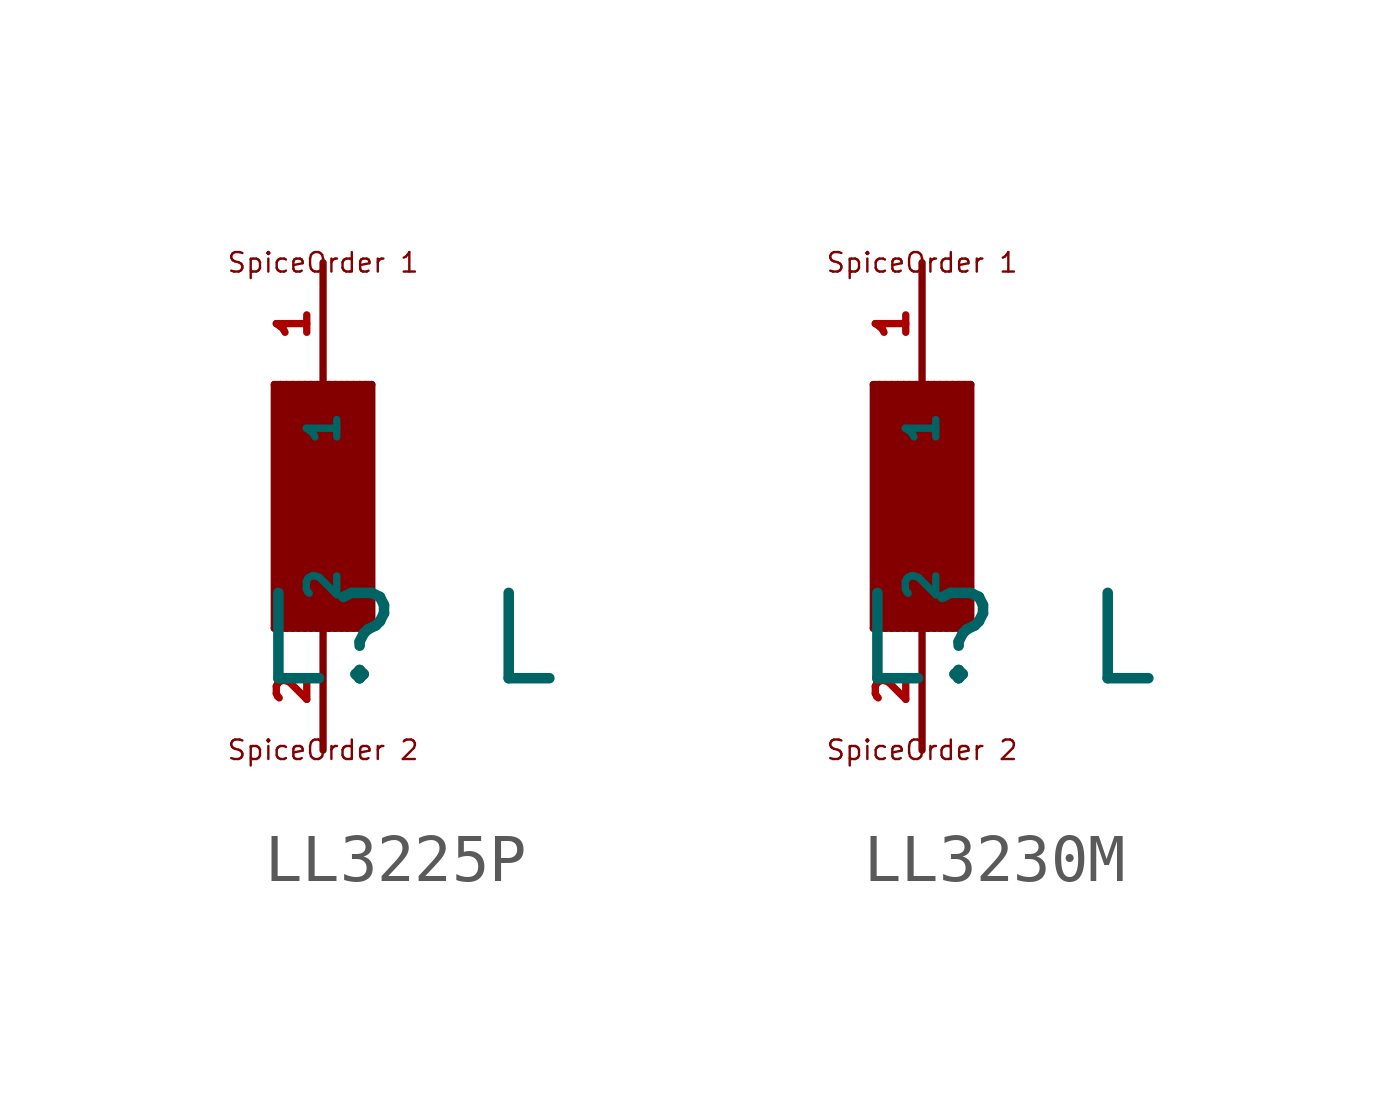
<source format=kicad_sym>
(kicad_symbol_lib
  (version 20220914)
  (generator Eagle2Kicad)
  (symbol "LL3225P"
    (property "Reference" "L"
      (at -1.499 -3.81 0)
      (effects (font (size 1.778 1.778) (thickness 0.22)) (justify left bottom)))
    (property "Value" "L"
      (at 3.302 -3.81 0)
      (effects (font (size 1.778 1.778) (thickness 0.22)) (justify left bottom)))
    (polyline
      (pts (xy -1.016 2.54) (xy -0.889 2.54))
      (stroke (width 0.152) (type default))
      (fill (type none)))
    (polyline
      (pts (xy -0.889 2.54) (xy -0.762 2.54))
      (stroke (width 0.152) (type default))
      (fill (type none)))
    (polyline
      (pts (xy -0.762 2.54) (xy -0.635 2.54))
      (stroke (width 0.152) (type default))
      (fill (type none)))
    (polyline
      (pts (xy -0.635 2.54) (xy -0.508 2.54))
      (stroke (width 0.152) (type default))
      (fill (type none)))
    (polyline
      (pts (xy -0.508 2.54) (xy -0.381 2.54))
      (stroke (width 0.152) (type default))
      (fill (type none)))
    (polyline
      (pts (xy -0.381 2.54) (xy -0.254 2.54))
      (stroke (width 0.152) (type default))
      (fill (type none)))
    (polyline
      (pts (xy -0.254 2.54) (xy -0.127 2.54))
      (stroke (width 0.152) (type default))
      (fill (type none)))
    (polyline
      (pts (xy -0.127 2.54) (xy 0 2.54))
      (stroke (width 0.152) (type default))
      (fill (type none)))
    (polyline
      (pts (xy 0 2.54) (xy 0.127 2.54))
      (stroke (width 0.152) (type default))
      (fill (type none)))
    (polyline
      (pts (xy 0.127 2.54) (xy 0.254 2.54))
      (stroke (width 0.152) (type default))
      (fill (type none)))
    (polyline
      (pts (xy 0.254 2.54) (xy 0.381 2.54))
      (stroke (width 0.152) (type default))
      (fill (type none)))
    (polyline
      (pts (xy 0.381 2.54) (xy 0.508 2.54))
      (stroke (width 0.152) (type default))
      (fill (type none)))
    (polyline
      (pts (xy 0.508 2.54) (xy 0.635 2.54))
      (stroke (width 0.152) (type default))
      (fill (type none)))
    (polyline
      (pts (xy 0.635 2.54) (xy 0.762 2.54))
      (stroke (width 0.152) (type default))
      (fill (type none)))
    (polyline
      (pts (xy 0.762 2.54) (xy 0.889 2.54))
      (stroke (width 0.152) (type default))
      (fill (type none)))
    (polyline
      (pts (xy 0.889 2.54) (xy 1.016 2.54))
      (stroke (width 0.152) (type default))
      (fill (type none)))
    (polyline
      (pts (xy 1.016 2.54) (xy 1.016 -2.54))
      (stroke (width 0.152) (type default))
      (fill (type none)))
    (polyline
      (pts (xy 1.016 -2.54) (xy 0.889 -2.54))
      (stroke (width 0.152) (type default))
      (fill (type none)))
    (polyline
      (pts (xy 0.889 -2.54) (xy 0.762 -2.54))
      (stroke (width 0.152) (type default))
      (fill (type none)))
    (polyline
      (pts (xy 0.762 -2.54) (xy 0.635 -2.54))
      (stroke (width 0.152) (type default))
      (fill (type none)))
    (polyline
      (pts (xy 0.635 -2.54) (xy 0.508 -2.54))
      (stroke (width 0.152) (type default))
      (fill (type none)))
    (polyline
      (pts (xy 0.508 -2.54) (xy 0.381 -2.54))
      (stroke (width 0.152) (type default))
      (fill (type none)))
    (polyline
      (pts (xy 0.381 -2.54) (xy 0.254 -2.54))
      (stroke (width 0.152) (type default))
      (fill (type none)))
    (polyline
      (pts (xy 0.254 -2.54) (xy 0.127 -2.54))
      (stroke (width 0.152) (type default))
      (fill (type none)))
    (polyline
      (pts (xy 0.127 -2.54) (xy 0 -2.54))
      (stroke (width 0.152) (type default))
      (fill (type none)))
    (polyline
      (pts (xy 0 -2.54) (xy -0.127 -2.54))
      (stroke (width 0.152) (type default))
      (fill (type none)))
    (polyline
      (pts (xy -0.127 -2.54) (xy -0.254 -2.54))
      (stroke (width 0.152) (type default))
      (fill (type none)))
    (polyline
      (pts (xy -0.254 -2.54) (xy -0.381 -2.54))
      (stroke (width 0.152) (type default))
      (fill (type none)))
    (polyline
      (pts (xy -0.381 -2.54) (xy -0.508 -2.54))
      (stroke (width 0.152) (type default))
      (fill (type none)))
    (polyline
      (pts (xy -0.508 -2.54) (xy -0.635 -2.54))
      (stroke (width 0.152) (type default))
      (fill (type none)))
    (polyline
      (pts (xy -0.635 -2.54) (xy -0.762 -2.54))
      (stroke (width 0.152) (type default))
      (fill (type none)))
    (polyline
      (pts (xy -0.762 -2.54) (xy -0.889 -2.54))
      (stroke (width 0.152) (type default))
      (fill (type none)))
    (polyline
      (pts (xy -0.889 -2.54) (xy -1.016 -2.54))
      (stroke (width 0.152) (type default))
      (fill (type none)))
    (polyline
      (pts (xy 0.889 2.54) (xy 0.889 -2.54))
      (stroke (width 0.152) (type default))
      (fill (type none)))
    (polyline
      (pts (xy 0.762 2.54) (xy 0.762 -2.54))
      (stroke (width 0.152) (type default))
      (fill (type none)))
    (polyline
      (pts (xy 0.635 2.54) (xy 0.635 -2.54))
      (stroke (width 0.152) (type default))
      (fill (type none)))
    (polyline
      (pts (xy 0.508 2.54) (xy 0.508 -2.54))
      (stroke (width 0.152) (type default))
      (fill (type none)))
    (polyline
      (pts (xy 0.381 2.54) (xy 0.381 -2.54))
      (stroke (width 0.152) (type default))
      (fill (type none)))
    (polyline
      (pts (xy 0.254 2.54) (xy 0.254 -2.54))
      (stroke (width 0.152) (type default))
      (fill (type none)))
    (polyline
      (pts (xy 0.127 2.54) (xy 0.127 -2.54))
      (stroke (width 0.152) (type default))
      (fill (type none)))
    (polyline
      (pts (xy 0 2.54) (xy 0 -2.54))
      (stroke (width 0.152) (type default))
      (fill (type none)))
    (polyline
      (pts (xy -0.127 2.54) (xy -0.127 -2.54))
      (stroke (width 0.152) (type default))
      (fill (type none)))
    (polyline
      (pts (xy -0.254 2.54) (xy -0.254 -2.54))
      (stroke (width 0.152) (type default))
      (fill (type none)))
    (polyline
      (pts (xy -0.381 2.54) (xy -0.381 -2.54))
      (stroke (width 0.152) (type default))
      (fill (type none)))
    (polyline
      (pts (xy -0.508 2.54) (xy -0.508 -2.54))
      (stroke (width 0.152) (type default))
      (fill (type none)))
    (polyline
      (pts (xy -0.635 2.54) (xy -0.635 -2.54))
      (stroke (width 0.152) (type default))
      (fill (type none)))
    (polyline
      (pts (xy -0.762 2.54) (xy -0.762 -2.54))
      (stroke (width 0.152) (type default))
      (fill (type none)))
    (polyline
      (pts (xy -0.889 2.54) (xy -0.889 -2.54))
      (stroke (width 0.152) (type default))
      (fill (type none)))
    (polyline
      (pts (xy -1.016 2.54) (xy -1.016 -2.54))
      (stroke (width 0.152) (type default))
      (fill (type none)))
    (text "SpiceOrder 1"
      (at 0 5.08 0)
      (effects (font (size 0.406 0.406) (thickness 0.05))))
    (text "SpiceOrder 2"
      (at 0 -5.08 0)
      (effects (font (size 0.406 0.406) (thickness 0.05))))
    (pin passive line
      (at 0 5.08 270)
      (length 2.54)
      (name "1" (effects (font (size 0.635 0.635) (thickness 0.08)) (justify left bottom)))
      (number "1" (effects (font (size 0.635 0.635) (thickness 0.08)) (justify left bottom))))
    (pin passive line
      (at 0 -5.08 90)
      (length 2.54)
      (name "2" (effects (font (size 0.635 0.635) (thickness 0.08)) (justify left bottom)))
      (number "2" (effects (font (size 0.635 0.635) (thickness 0.08)) (justify left bottom)))))
  (symbol "LL3230M"
    (property "Reference" "L"
      (at -1.499 -3.81 0)
      (effects (font (size 1.778 1.778) (thickness 0.22)) (justify left bottom)))
    (property "Value" "L"
      (at 3.302 -3.81 0)
      (effects (font (size 1.778 1.778) (thickness 0.22)) (justify left bottom)))
    (polyline
      (pts (xy -1.016 2.54) (xy -0.889 2.54))
      (stroke (width 0.152) (type default))
      (fill (type none)))
    (polyline
      (pts (xy -0.889 2.54) (xy -0.762 2.54))
      (stroke (width 0.152) (type default))
      (fill (type none)))
    (polyline
      (pts (xy -0.762 2.54) (xy -0.635 2.54))
      (stroke (width 0.152) (type default))
      (fill (type none)))
    (polyline
      (pts (xy -0.635 2.54) (xy -0.508 2.54))
      (stroke (width 0.152) (type default))
      (fill (type none)))
    (polyline
      (pts (xy -0.508 2.54) (xy -0.381 2.54))
      (stroke (width 0.152) (type default))
      (fill (type none)))
    (polyline
      (pts (xy -0.381 2.54) (xy -0.254 2.54))
      (stroke (width 0.152) (type default))
      (fill (type none)))
    (polyline
      (pts (xy -0.254 2.54) (xy -0.127 2.54))
      (stroke (width 0.152) (type default))
      (fill (type none)))
    (polyline
      (pts (xy -0.127 2.54) (xy 0 2.54))
      (stroke (width 0.152) (type default))
      (fill (type none)))
    (polyline
      (pts (xy 0 2.54) (xy 0.127 2.54))
      (stroke (width 0.152) (type default))
      (fill (type none)))
    (polyline
      (pts (xy 0.127 2.54) (xy 0.254 2.54))
      (stroke (width 0.152) (type default))
      (fill (type none)))
    (polyline
      (pts (xy 0.254 2.54) (xy 0.381 2.54))
      (stroke (width 0.152) (type default))
      (fill (type none)))
    (polyline
      (pts (xy 0.381 2.54) (xy 0.508 2.54))
      (stroke (width 0.152) (type default))
      (fill (type none)))
    (polyline
      (pts (xy 0.508 2.54) (xy 0.635 2.54))
      (stroke (width 0.152) (type default))
      (fill (type none)))
    (polyline
      (pts (xy 0.635 2.54) (xy 0.762 2.54))
      (stroke (width 0.152) (type default))
      (fill (type none)))
    (polyline
      (pts (xy 0.762 2.54) (xy 0.889 2.54))
      (stroke (width 0.152) (type default))
      (fill (type none)))
    (polyline
      (pts (xy 0.889 2.54) (xy 1.016 2.54))
      (stroke (width 0.152) (type default))
      (fill (type none)))
    (polyline
      (pts (xy 1.016 2.54) (xy 1.016 -2.54))
      (stroke (width 0.152) (type default))
      (fill (type none)))
    (polyline
      (pts (xy 1.016 -2.54) (xy 0.889 -2.54))
      (stroke (width 0.152) (type default))
      (fill (type none)))
    (polyline
      (pts (xy 0.889 -2.54) (xy 0.762 -2.54))
      (stroke (width 0.152) (type default))
      (fill (type none)))
    (polyline
      (pts (xy 0.762 -2.54) (xy 0.635 -2.54))
      (stroke (width 0.152) (type default))
      (fill (type none)))
    (polyline
      (pts (xy 0.635 -2.54) (xy 0.508 -2.54))
      (stroke (width 0.152) (type default))
      (fill (type none)))
    (polyline
      (pts (xy 0.508 -2.54) (xy 0.381 -2.54))
      (stroke (width 0.152) (type default))
      (fill (type none)))
    (polyline
      (pts (xy 0.381 -2.54) (xy 0.254 -2.54))
      (stroke (width 0.152) (type default))
      (fill (type none)))
    (polyline
      (pts (xy 0.254 -2.54) (xy 0.127 -2.54))
      (stroke (width 0.152) (type default))
      (fill (type none)))
    (polyline
      (pts (xy 0.127 -2.54) (xy 0 -2.54))
      (stroke (width 0.152) (type default))
      (fill (type none)))
    (polyline
      (pts (xy 0 -2.54) (xy -0.127 -2.54))
      (stroke (width 0.152) (type default))
      (fill (type none)))
    (polyline
      (pts (xy -0.127 -2.54) (xy -0.254 -2.54))
      (stroke (width 0.152) (type default))
      (fill (type none)))
    (polyline
      (pts (xy -0.254 -2.54) (xy -0.381 -2.54))
      (stroke (width 0.152) (type default))
      (fill (type none)))
    (polyline
      (pts (xy -0.381 -2.54) (xy -0.508 -2.54))
      (stroke (width 0.152) (type default))
      (fill (type none)))
    (polyline
      (pts (xy -0.508 -2.54) (xy -0.635 -2.54))
      (stroke (width 0.152) (type default))
      (fill (type none)))
    (polyline
      (pts (xy -0.635 -2.54) (xy -0.762 -2.54))
      (stroke (width 0.152) (type default))
      (fill (type none)))
    (polyline
      (pts (xy -0.762 -2.54) (xy -0.889 -2.54))
      (stroke (width 0.152) (type default))
      (fill (type none)))
    (polyline
      (pts (xy -0.889 -2.54) (xy -1.016 -2.54))
      (stroke (width 0.152) (type default))
      (fill (type none)))
    (polyline
      (pts (xy 0.889 2.54) (xy 0.889 -2.54))
      (stroke (width 0.152) (type default))
      (fill (type none)))
    (polyline
      (pts (xy 0.762 2.54) (xy 0.762 -2.54))
      (stroke (width 0.152) (type default))
      (fill (type none)))
    (polyline
      (pts (xy 0.635 2.54) (xy 0.635 -2.54))
      (stroke (width 0.152) (type default))
      (fill (type none)))
    (polyline
      (pts (xy 0.508 2.54) (xy 0.508 -2.54))
      (stroke (width 0.152) (type default))
      (fill (type none)))
    (polyline
      (pts (xy 0.381 2.54) (xy 0.381 -2.54))
      (stroke (width 0.152) (type default))
      (fill (type none)))
    (polyline
      (pts (xy 0.254 2.54) (xy 0.254 -2.54))
      (stroke (width 0.152) (type default))
      (fill (type none)))
    (polyline
      (pts (xy 0.127 2.54) (xy 0.127 -2.54))
      (stroke (width 0.152) (type default))
      (fill (type none)))
    (polyline
      (pts (xy 0 2.54) (xy 0 -2.54))
      (stroke (width 0.152) (type default))
      (fill (type none)))
    (polyline
      (pts (xy -0.127 2.54) (xy -0.127 -2.54))
      (stroke (width 0.152) (type default))
      (fill (type none)))
    (polyline
      (pts (xy -0.254 2.54) (xy -0.254 -2.54))
      (stroke (width 0.152) (type default))
      (fill (type none)))
    (polyline
      (pts (xy -0.381 2.54) (xy -0.381 -2.54))
      (stroke (width 0.152) (type default))
      (fill (type none)))
    (polyline
      (pts (xy -0.508 2.54) (xy -0.508 -2.54))
      (stroke (width 0.152) (type default))
      (fill (type none)))
    (polyline
      (pts (xy -0.635 2.54) (xy -0.635 -2.54))
      (stroke (width 0.152) (type default))
      (fill (type none)))
    (polyline
      (pts (xy -0.762 2.54) (xy -0.762 -2.54))
      (stroke (width 0.152) (type default))
      (fill (type none)))
    (polyline
      (pts (xy -0.889 2.54) (xy -0.889 -2.54))
      (stroke (width 0.152) (type default))
      (fill (type none)))
    (polyline
      (pts (xy -1.016 2.54) (xy -1.016 -2.54))
      (stroke (width 0.152) (type default))
      (fill (type none)))
    (text "SpiceOrder 1"
      (at 0 5.08 0)
      (effects (font (size 0.406 0.406) (thickness 0.05))))
    (text "SpiceOrder 2"
      (at 0 -5.08 0)
      (effects (font (size 0.406 0.406) (thickness 0.05))))
    (pin passive line
      (at 0 5.08 270)
      (length 2.54)
      (name "1" (effects (font (size 0.635 0.635) (thickness 0.08)) (justify left bottom)))
      (number "1" (effects (font (size 0.635 0.635) (thickness 0.08)) (justify left bottom))))
    (pin passive line
      (at 0 -5.08 90)
      (length 2.54)
      (name "2" (effects (font (size 0.635 0.635) (thickness 0.08)) (justify left bottom)))
      (number "2" (effects (font (size 0.635 0.635) (thickness 0.08)) (justify left bottom))))))
</source>
